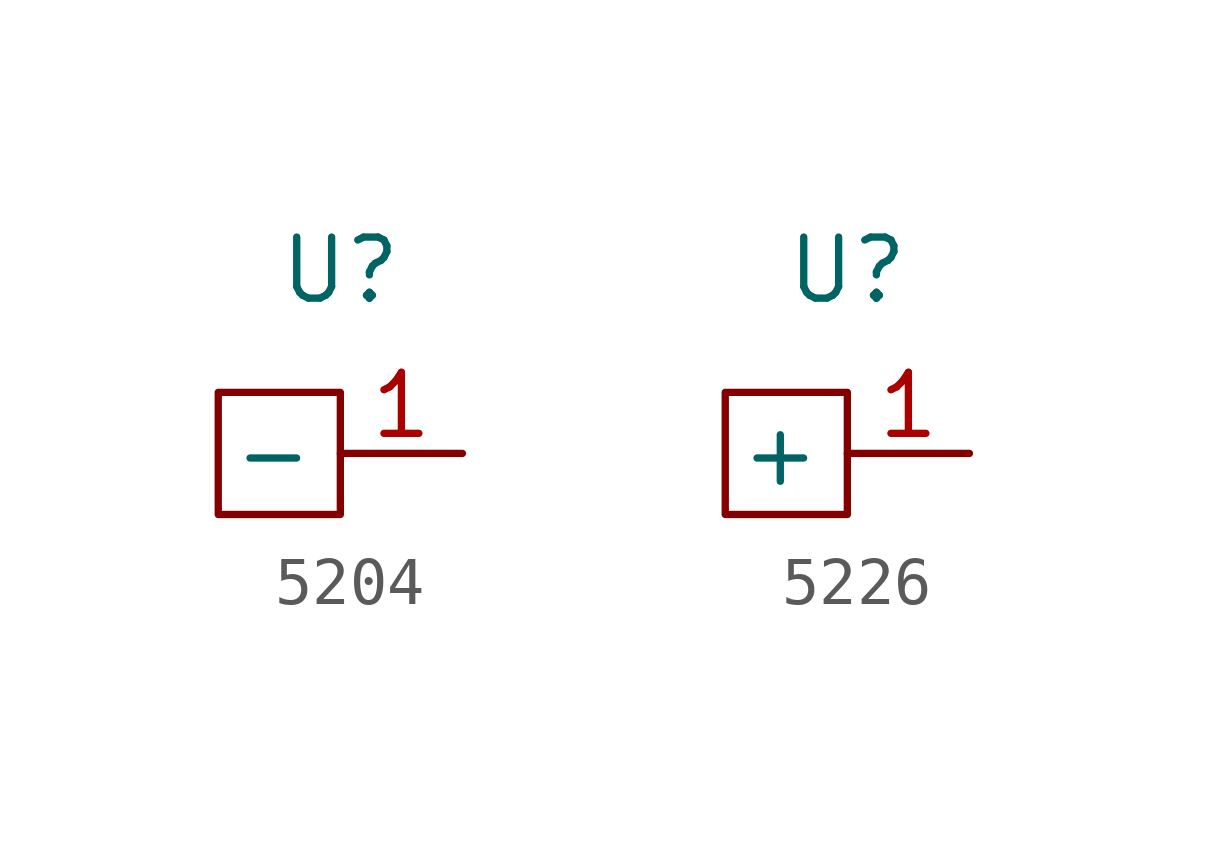
<source format=kicad_sym>
(kicad_symbol_lib
  (version 20220914)
  (generator kicad_symbol_editor)
  (symbol "5204"
    (property "Reference" "U"
      (at 0 0 0)
      (effects (font (size 1.27 1.27))))
    (property "Value" ""
      (at 0 0 0)
      (effects (font (size 1.27 1.27))))
    (symbol "5204_0_1"
      (rectangle (start -2.54 -2.54) (end 0 -5.08) (stroke (width 0) (type default)) (fill (type none))))
    (symbol "5204_1_1"
      (pin input line (at 2.54 -3.81 180) (length 2.54) (name "-" (effects (font (size 1.27 1.27)))) (number "1" (effects (font (size 1.27 1.27)))))))
  (symbol "5226"
    (property "Reference" "U"
      (at 0 0 0)
      (effects (font (size 1.27 1.27))))
    (property "Value" ""
      (at 0 0 0)
      (effects (font (size 1.27 1.27))))
    (symbol "5226_0_1"
      (rectangle (start 0 -2.54) (end -2.54 -5.08) (stroke (width 0) (type default)) (fill (type none))))
    (symbol "5226_1_1"
      (pin input line (at 2.54 -3.81 180) (length 2.54) (name "+" (effects (font (size 1.27 1.27)))) (number "1" (effects (font (size 1.27 1.27))))))))
</source>
